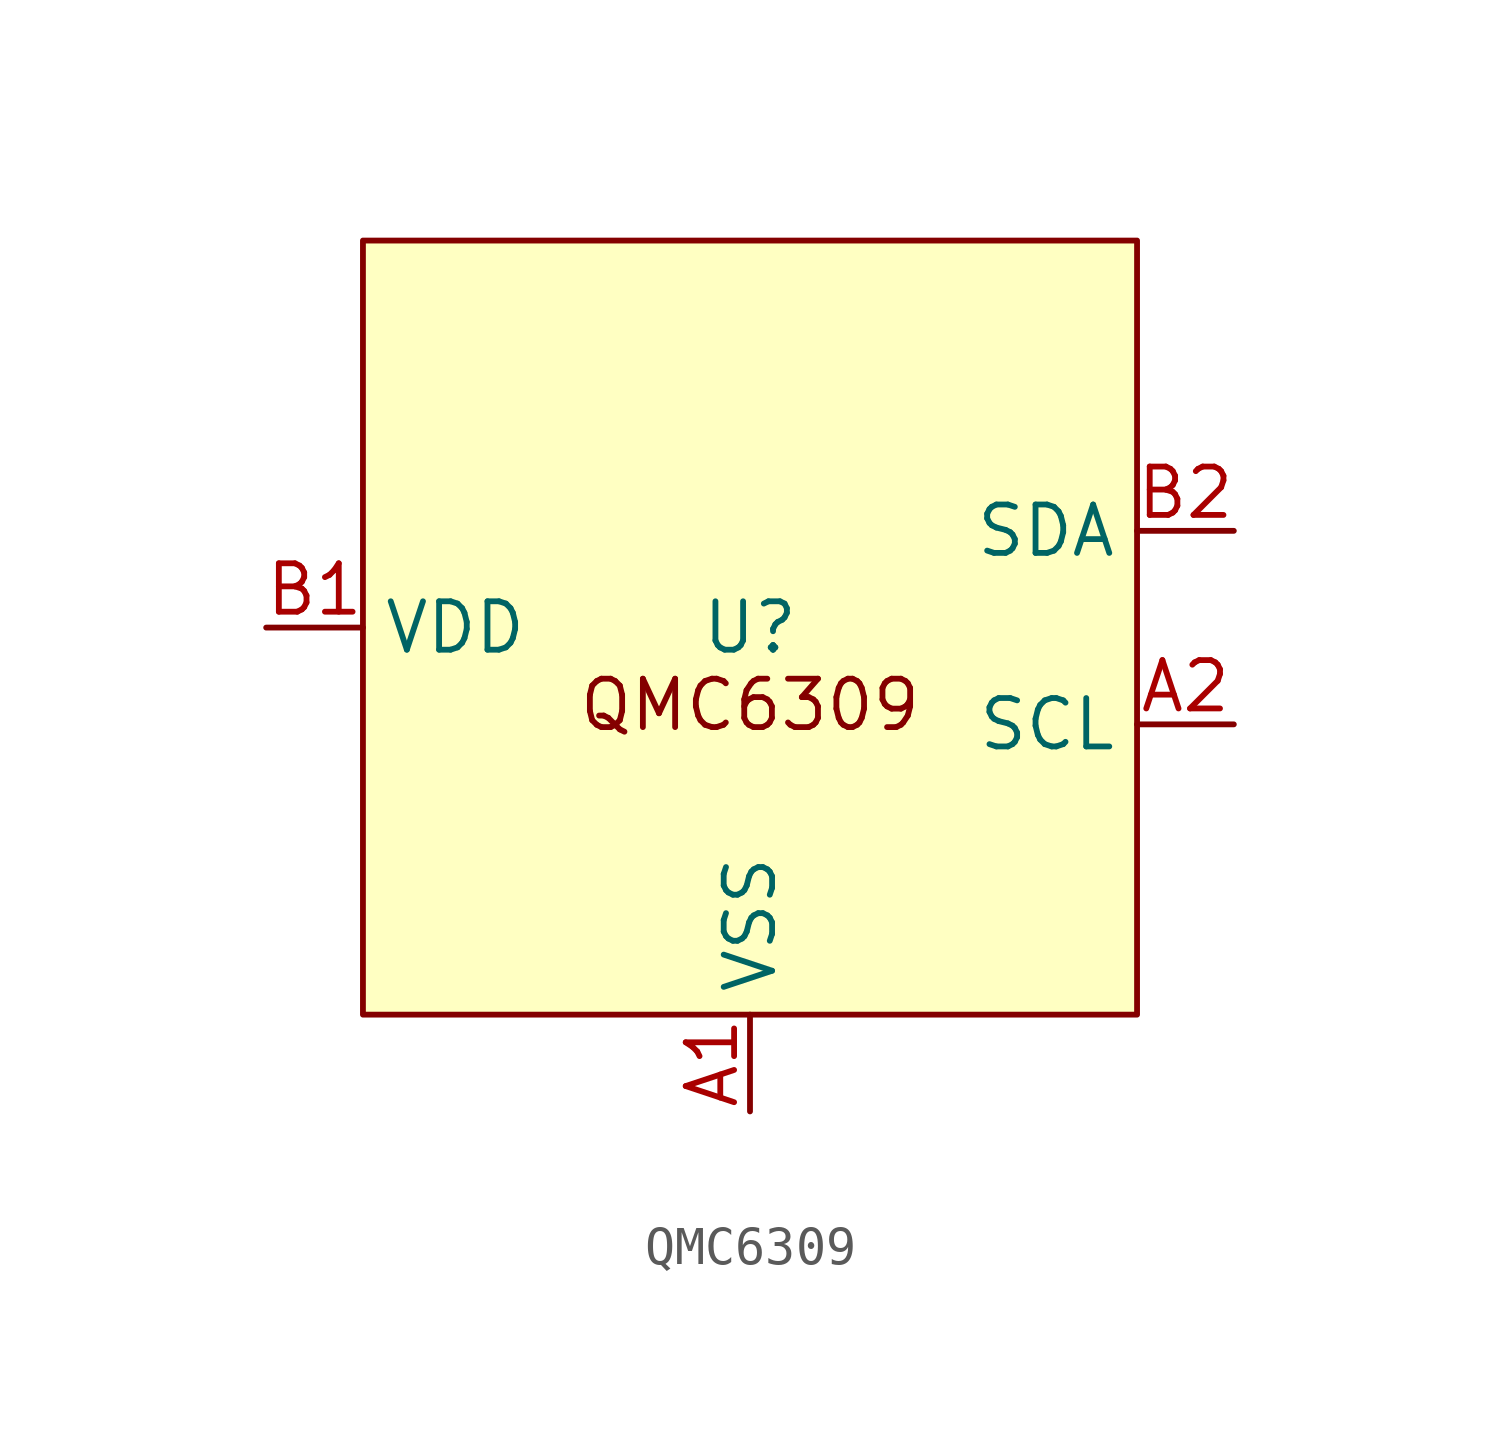
<source format=kicad_sym>
(kicad_symbol_lib
  (version 20241209)
  (generator "kicad_symbol_editor")
  (generator_version "9.0")
  (symbol "QMC6309"
    (property "Reference" "U"
      (at 0 0 0)
      (effects (font (size 1.27 1.27))))
    (property "Value" ""
      (at 0 0 0)
      (effects (font (size 1.27 1.27))))
    (symbol "QMC6309_1_1"
      (rectangle (start -10.16 10.16) (end 10.16 -10.16) (stroke (width 0) (type solid)) (fill (type background)))
      (text "QMC6309" (at 0 -2.032 0) (effects (font (size 1.27 1.27))))
      (pin power_in line (at -12.7 0 0) (length 2.54) (name "VDD" (effects (font (size 1.27 1.27)))) (number "B1" (effects (font (size 1.27 1.27)))))
      (pin power_in line (at 0 -12.7 90) (length 2.54) (name "VSS" (effects (font (size 1.27 1.27)))) (number "A1" (effects (font (size 1.27 1.27)))))
      (pin bidirectional line (at 12.7 2.54 180) (length 2.54) (name "SDA" (effects (font (size 1.27 1.27)))) (number "B2" (effects (font (size 1.27 1.27)))))
      (pin bidirectional line (at 12.7 -2.54 180) (length 2.54) (name "SCL" (effects (font (size 1.27 1.27)))) (number "A2" (effects (font (size 1.27 1.27))))))))
</source>
